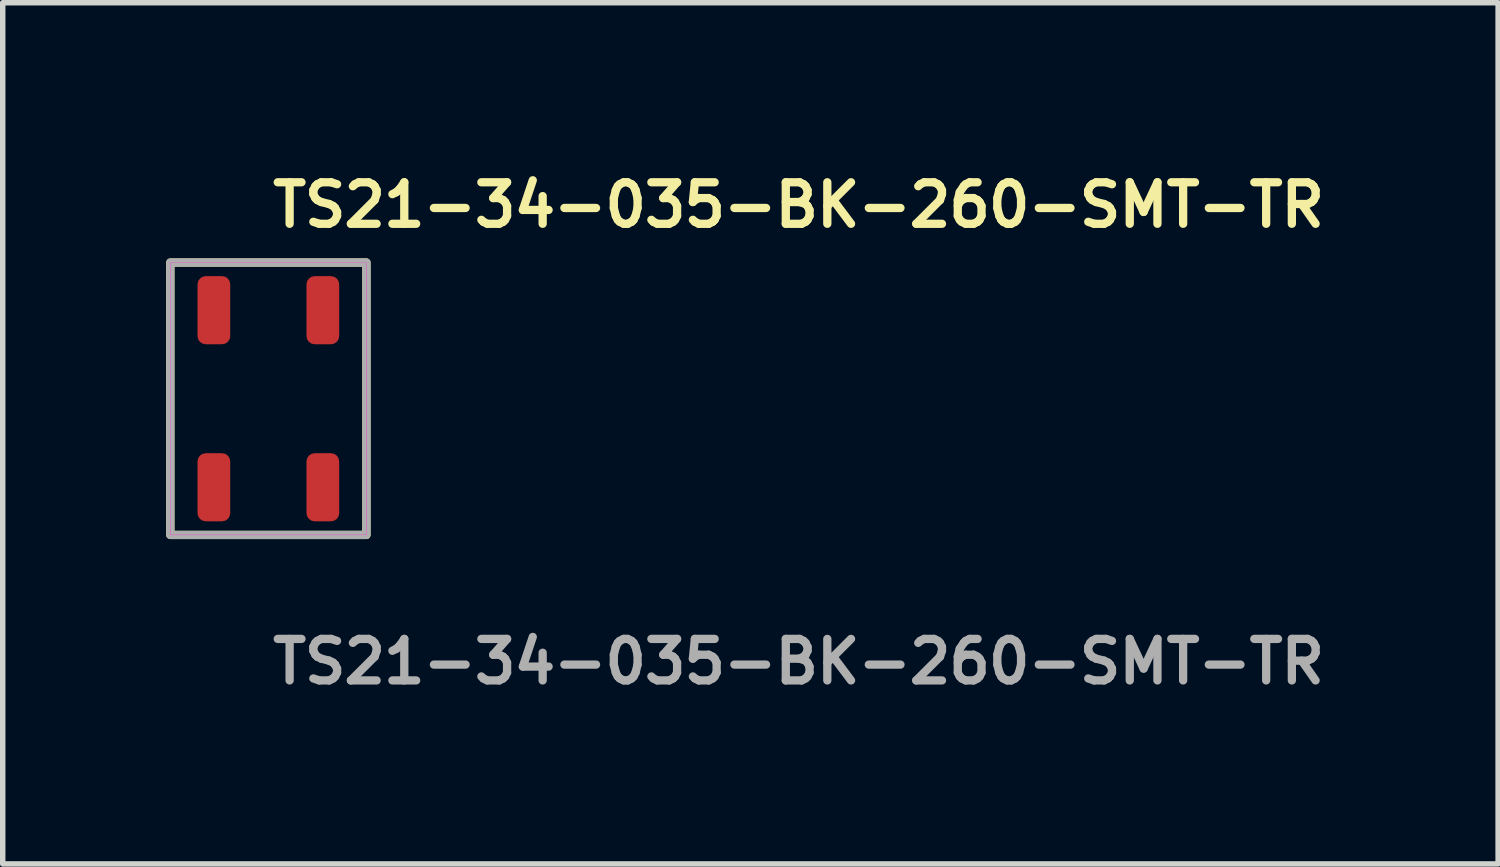
<source format=kicad_pcb>
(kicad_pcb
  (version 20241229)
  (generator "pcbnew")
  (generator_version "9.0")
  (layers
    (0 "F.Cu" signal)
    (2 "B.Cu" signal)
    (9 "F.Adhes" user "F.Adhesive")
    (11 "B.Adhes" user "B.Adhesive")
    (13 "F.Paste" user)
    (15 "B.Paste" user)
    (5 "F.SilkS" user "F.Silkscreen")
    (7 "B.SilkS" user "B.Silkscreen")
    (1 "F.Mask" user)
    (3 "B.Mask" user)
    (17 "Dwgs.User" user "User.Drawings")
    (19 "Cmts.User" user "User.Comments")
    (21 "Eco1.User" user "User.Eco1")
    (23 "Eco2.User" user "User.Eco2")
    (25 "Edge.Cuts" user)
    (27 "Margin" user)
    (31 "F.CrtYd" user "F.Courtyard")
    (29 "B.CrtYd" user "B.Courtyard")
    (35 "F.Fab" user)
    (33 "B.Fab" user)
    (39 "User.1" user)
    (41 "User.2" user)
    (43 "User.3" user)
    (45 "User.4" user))
  (footprint "TS21-34-035-BK-260-SMT-TR"
    (layer "F.Cu")
    (at 1.876 4.269)
    (property "Reference" "TS21-34-035-BK-260-SMT-TR" (at 0 -3.556 0) (unlocked yes) (layer "F.SilkS") (effects (font (size 0.762 0.762) (thickness 0.152)) (justify left)))
    (fp_rect (start -1.8 2.5) (end 1.8 -2.5) (stroke (width 0.152) (type solid)) (fill no) (layer "F.SilkS"))
    (fp_rect (start -1.8 2.5) (end 1.8 -2.5) (stroke (width 0.006) (type solid)) (fill no) (layer "F.CrtYd"))
    (fp_rect (start -1.8 2.5) (end 1.8 -2.5) (stroke (width 0.152) (type solid)) (fill no) (layer "F.Fab"))
    (fp_text user "${REFERENCE}" (at 0 4.826 0) (unlocked yes) (layer "F.Fab") (effects (font (size 0.762 0.762) (thickness 0.152)) (justify left)))
    (pad "1" smd roundrect (at -1 1.625) (size 0.6 1.25) (layers "F.Cu" "F.Paste") (roundrect_rratio 0.25))
    (pad "2" smd roundrect (at -1 -1.625) (size 0.6 1.25) (layers "F.Cu" "F.Paste") (roundrect_rratio 0.25))
    (pad "3" smd roundrect (at 1 1.625) (size 0.6 1.25) (layers "F.Cu" "F.Paste") (roundrect_rratio 0.25))
    (pad "4" smd roundrect (at 1 -1.625) (size 0.6 1.25) (layers "F.Cu" "F.Paste") (roundrect_rratio 0.25)))
  (gr_rect
    (start -3 -3)
    (end 24.449 12.808)
    (stroke (width 0.1) (type default))
    (fill no)
    (layer "Edge.Cuts")))
</source>
